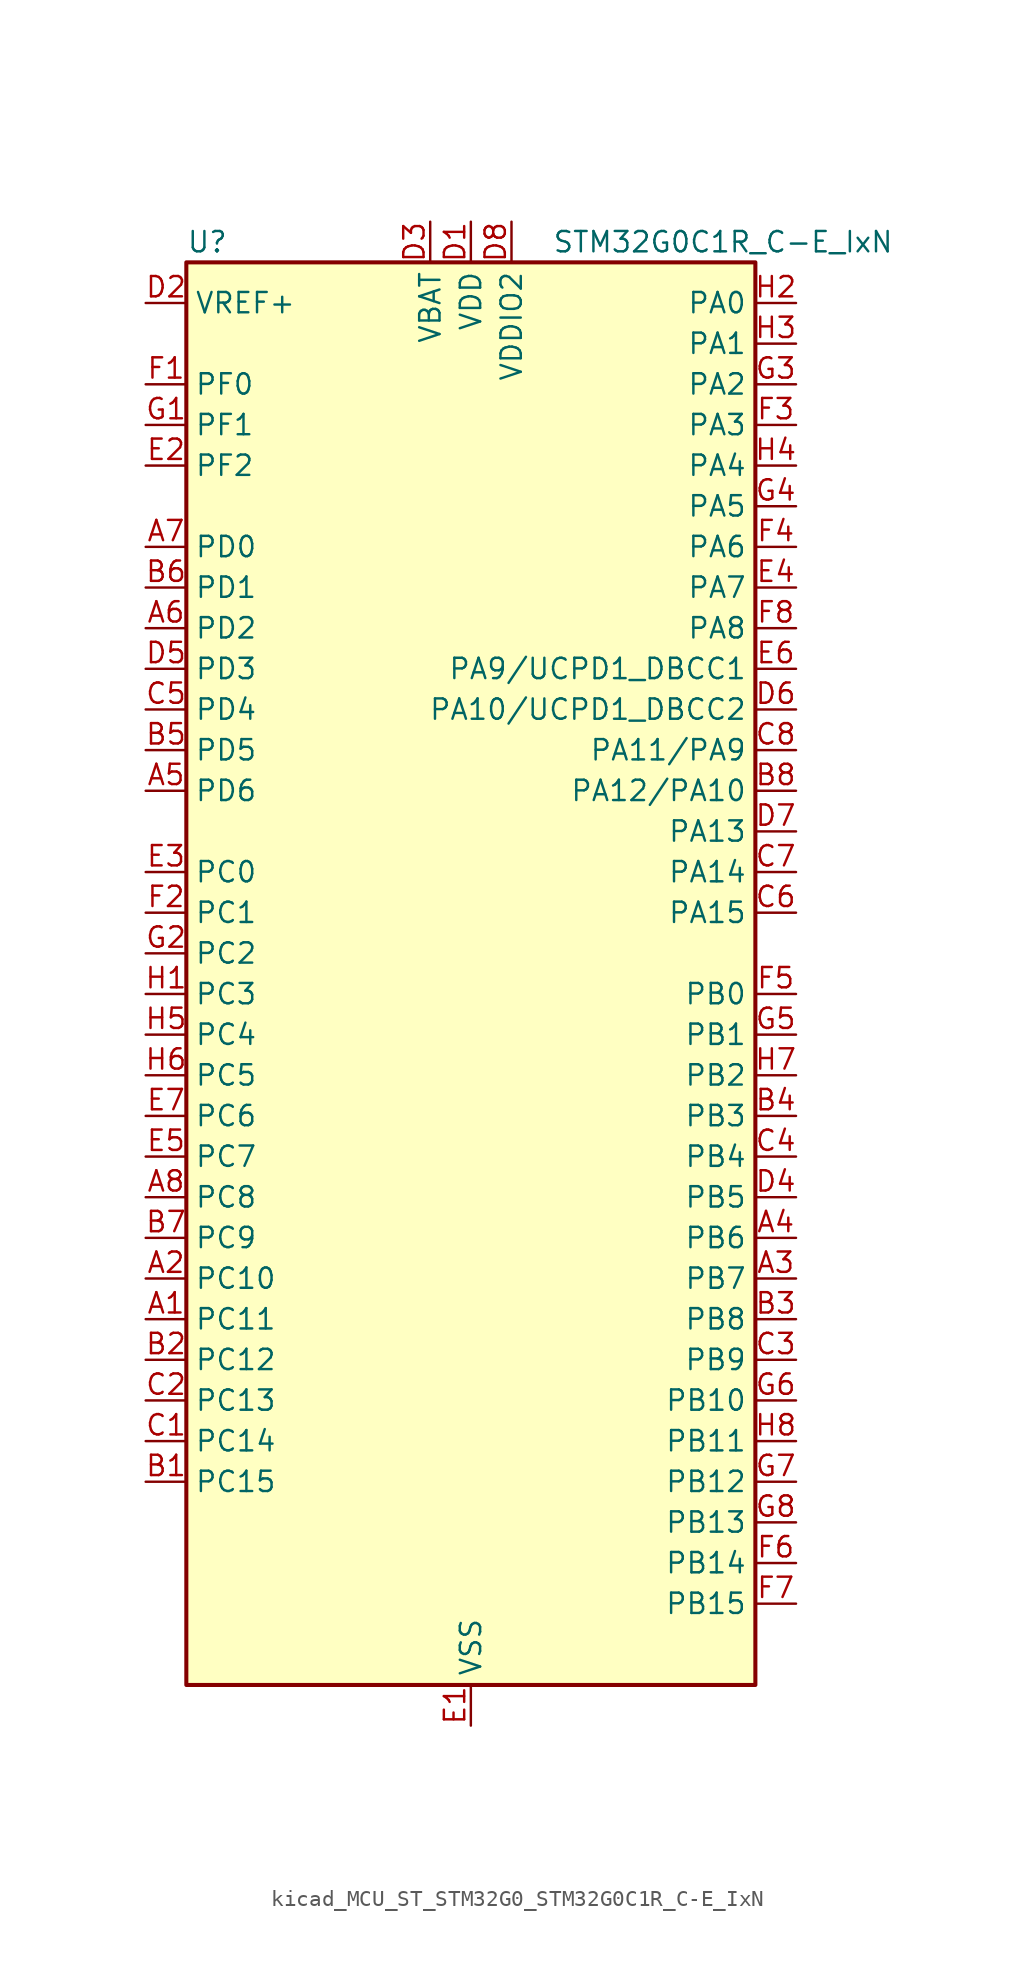
<source format=kicad_sym>
(kicad_symbol_lib
  (version 20220914)
  (generator kicad_symbol_editor)
  (symbol "kicad_MCU_ST_STM32G0_STM32G0C1R_C-E_IxN"
    (property "Reference" "U"
      (at -17.78 46.99 0)
      (effects (font (size 1.27 1.27)) (justify left)))
    (property "Value" "STM32G0C1R_C-E_IxN"
      (at 5.08 46.99 0)
      (effects (font (size 1.27 1.27)) (justify left)))
    (property "ki_locked" ""
      (at 0 0 0)
      (effects (font (size 1.27 1.27))))
    (symbol "kicad_MCU_ST_STM32G0_STM32G0C1R_C-E_IxN_0_1"
      (rectangle (start -17.78 -43.18) (end 17.78 45.72) (stroke (width 0.254) (type default)) (fill (type background))))
    (symbol "kicad_MCU_ST_STM32G0_STM32G0C1R_C-E_IxN_1_1"
      (pin bidirectional line (at -20.32 -20.32 0) (length 2.54) (name "PC11" (effects (font (size 1.27 1.27)))) (number "A1" (effects (font (size 1.27 1.27)))) (alternate "ADC1_EXTI11" bidirectional line) (alternate "SPI3_MISO" bidirectional line) (alternate "TIM1_CH4" bidirectional line) (alternate "USART3_RX" bidirectional line) (alternate "USART4_RX" bidirectional line))
      (pin bidirectional line (at -20.32 -17.78 0) (length 2.54) (name "PC10" (effects (font (size 1.27 1.27)))) (number "A2" (effects (font (size 1.27 1.27)))) (alternate "SPI3_SCK" bidirectional line) (alternate "TIM1_CH3" bidirectional line) (alternate "USART3_TX" bidirectional line) (alternate "USART4_TX" bidirectional line))
      (pin bidirectional line (at 20.32 -17.78 180) (length 2.54) (name "PB7" (effects (font (size 1.27 1.27)))) (number "A3" (effects (font (size 1.27 1.27)))) (alternate "COMP2_INM" bidirectional line) (alternate "I2C1_SDA" bidirectional line) (alternate "I2S2_SD" bidirectional line) (alternate "LPTIM1_IN2" bidirectional line) (alternate "LPUART2_RX" bidirectional line) (alternate "SPI2_MOSI" bidirectional line) (alternate "SYS_PVD_IN" bidirectional line) (alternate "TIM17_CH1N" bidirectional line) (alternate "TIM4_CH2" bidirectional line) (alternate "USART1_RX" bidirectional line) (alternate "USART4_CTS" bidirectional line) (alternate "USART4_NSS" bidirectional line))
      (pin bidirectional line (at 20.32 -15.24 180) (length 2.54) (name "PB6" (effects (font (size 1.27 1.27)))) (number "A4" (effects (font (size 1.27 1.27)))) (alternate "COMP2_INP" bidirectional line) (alternate "FDCAN2_TX" bidirectional line) (alternate "I2C1_SCL" bidirectional line) (alternate "I2S2_MCK" bidirectional line) (alternate "LPTIM1_ETR" bidirectional line) (alternate "LPUART2_TX" bidirectional line) (alternate "SPI2_MISO" bidirectional line) (alternate "TIM16_CH1N" bidirectional line) (alternate "TIM1_CH3" bidirectional line) (alternate "TIM4_CH1" bidirectional line) (alternate "USART1_TX" bidirectional line) (alternate "USART5_CTS" bidirectional line) (alternate "USART5_NSS" bidirectional line))
      (pin bidirectional line (at -20.32 12.7 0) (length 2.54) (name "PD6" (effects (font (size 1.27 1.27)))) (number "A5" (effects (font (size 1.27 1.27)))) (alternate "I2S1_SD" bidirectional line) (alternate "LPTIM2_OUT" bidirectional line) (alternate "SPI1_MOSI" bidirectional line) (alternate "USART2_RX" bidirectional line))
      (pin bidirectional line (at -20.32 22.86 0) (length 2.54) (name "PD2" (effects (font (size 1.27 1.27)))) (number "A6" (effects (font (size 1.27 1.27)))) (alternate "TIM1_CH1N" bidirectional line) (alternate "TIM3_ETR" bidirectional line) (alternate "UCPD2_CC2" bidirectional line) (alternate "USART3_CK" bidirectional line) (alternate "USART3_DE" bidirectional line) (alternate "USART3_RTS" bidirectional line) (alternate "USART5_RX" bidirectional line))
      (pin bidirectional line (at -20.32 27.94 0) (length 2.54) (name "PD0" (effects (font (size 1.27 1.27)))) (number "A7" (effects (font (size 1.27 1.27)))) (alternate "FDCAN1_RX" bidirectional line) (alternate "I2S2_WS" bidirectional line) (alternate "SPI2_NSS" bidirectional line) (alternate "TIM16_CH1" bidirectional line) (alternate "UCPD2_CC1" bidirectional line))
      (pin bidirectional line (at -20.32 -12.7 0) (length 2.54) (name "PC8" (effects (font (size 1.27 1.27)))) (number "A8" (effects (font (size 1.27 1.27)))) (alternate "LPUART2_CTS" bidirectional line) (alternate "TIM1_CH1" bidirectional line) (alternate "TIM3_CH3" bidirectional line) (alternate "UCPD2_FRSTX1" bidirectional line) (alternate "UCPD2_FRSTX2" bidirectional line))
      (pin bidirectional line (at -20.32 -30.48 0) (length 2.54) (name "PC15" (effects (font (size 1.27 1.27)))) (number "B1" (effects (font (size 1.27 1.27)))) (alternate "RCC_OSC32_EN" bidirectional line) (alternate "RCC_OSC32_OUT" bidirectional line) (alternate "RCC_OSC_EN" bidirectional line) (alternate "TIM15_BK" bidirectional line))
      (pin bidirectional line (at -20.32 -22.86 0) (length 2.54) (name "PC12" (effects (font (size 1.27 1.27)))) (number "B2" (effects (font (size 1.27 1.27)))) (alternate "LPTIM1_IN1" bidirectional line) (alternate "SPI3_MOSI" bidirectional line) (alternate "TIM14_CH1" bidirectional line) (alternate "UCPD1_FRSTX1" bidirectional line) (alternate "UCPD1_FRSTX2" bidirectional line) (alternate "USART5_TX" bidirectional line))
      (pin bidirectional line (at 20.32 -20.32 180) (length 2.54) (name "PB8" (effects (font (size 1.27 1.27)))) (number "B3" (effects (font (size 1.27 1.27)))) (alternate "CEC" bidirectional line) (alternate "FDCAN1_RX" bidirectional line) (alternate "I2C1_SCL" bidirectional line) (alternate "I2S2_CK" bidirectional line) (alternate "SPI2_SCK" bidirectional line) (alternate "TIM15_BK" bidirectional line) (alternate "TIM16_CH1" bidirectional line) (alternate "TIM4_CH3" bidirectional line) (alternate "USART3_TX" bidirectional line) (alternate "USART6_TX" bidirectional line))
      (pin bidirectional line (at 20.32 -7.62 180) (length 2.54) (name "PB3" (effects (font (size 1.27 1.27)))) (number "B4" (effects (font (size 1.27 1.27)))) (alternate "COMP2_INM" bidirectional line) (alternate "I2C2_SCL" bidirectional line) (alternate "I2C3_SCL" bidirectional line) (alternate "I2S1_CK" bidirectional line) (alternate "SPI1_SCK" bidirectional line) (alternate "SPI3_SCK" bidirectional line) (alternate "TIM1_CH2" bidirectional line) (alternate "TIM2_CH2" bidirectional line) (alternate "USART1_CK" bidirectional line) (alternate "USART1_DE" bidirectional line) (alternate "USART1_RTS" bidirectional line) (alternate "USART5_TX" bidirectional line))
      (pin bidirectional line (at -20.32 15.24 0) (length 2.54) (name "PD5" (effects (font (size 1.27 1.27)))) (number "B5" (effects (font (size 1.27 1.27)))) (alternate "I2S1_MCK" bidirectional line) (alternate "SPI1_MISO" bidirectional line) (alternate "TIM1_BK" bidirectional line) (alternate "USART2_TX" bidirectional line) (alternate "USART5_CTS" bidirectional line) (alternate "USART5_NSS" bidirectional line))
      (pin bidirectional line (at -20.32 25.4 0) (length 2.54) (name "PD1" (effects (font (size 1.27 1.27)))) (number "B6" (effects (font (size 1.27 1.27)))) (alternate "FDCAN1_TX" bidirectional line) (alternate "I2S2_CK" bidirectional line) (alternate "SPI2_SCK" bidirectional line) (alternate "TIM17_CH1" bidirectional line) (alternate "UCPD2_DBCC1" bidirectional line))
      (pin bidirectional line (at -20.32 -15.24 0) (length 2.54) (name "PC9" (effects (font (size 1.27 1.27)))) (number "B7" (effects (font (size 1.27 1.27)))) (alternate "DAC1_EXTI9" bidirectional line) (alternate "I2S_CKIN" bidirectional line) (alternate "LPUART2_DE" bidirectional line) (alternate "LPUART2_RTS" bidirectional line) (alternate "TIM1_CH2" bidirectional line) (alternate "TIM3_CH4" bidirectional line) (alternate "USB_NOE" bidirectional line))
      (pin bidirectional line (at 20.32 12.7 180) (length 2.54) (name "PA12/PA10" (effects (font (size 1.27 1.27)))) (number "B8" (effects (font (size 1.27 1.27)))) (alternate "COMP2_OUT" bidirectional line) (alternate "FDCAN1_TX" bidirectional line) (alternate "I2C2_SDA" bidirectional line) (alternate "I2S1_SD" bidirectional line) (alternate "I2S_CKIN" bidirectional line) (alternate "SPI1_MOSI" bidirectional line) (alternate "TIM1_ETR" bidirectional line) (alternate "USART1_CK" bidirectional line) (alternate "USART1_DE" bidirectional line) (alternate "USART1_RTS" bidirectional line) (alternate "USB_DP" bidirectional line))
      (pin bidirectional line (at -20.32 -27.94 0) (length 2.54) (name "PC14" (effects (font (size 1.27 1.27)))) (number "C1" (effects (font (size 1.27 1.27)))) (alternate "RCC_OSC32_IN" bidirectional line) (alternate "TIM1_BK2" bidirectional line))
      (pin bidirectional line (at -20.32 -25.4 0) (length 2.54) (name "PC13" (effects (font (size 1.27 1.27)))) (number "C2" (effects (font (size 1.27 1.27)))) (alternate "RTC_OUT1" bidirectional line) (alternate "RTC_TAMP_IN1" bidirectional line) (alternate "RTC_TS" bidirectional line) (alternate "SYS_WKUP2" bidirectional line) (alternate "TIM1_BK" bidirectional line))
      (pin bidirectional line (at 20.32 -22.86 180) (length 2.54) (name "PB9" (effects (font (size 1.27 1.27)))) (number "C3" (effects (font (size 1.27 1.27)))) (alternate "DAC1_EXTI9" bidirectional line) (alternate "FDCAN1_TX" bidirectional line) (alternate "I2C1_SDA" bidirectional line) (alternate "I2S2_WS" bidirectional line) (alternate "IR_OUT" bidirectional line) (alternate "SPI2_NSS" bidirectional line) (alternate "TIM17_CH1" bidirectional line) (alternate "TIM4_CH4" bidirectional line) (alternate "UCPD2_FRSTX1" bidirectional line) (alternate "UCPD2_FRSTX2" bidirectional line) (alternate "USART3_RX" bidirectional line) (alternate "USART6_RX" bidirectional line))
      (pin bidirectional line (at 20.32 -10.16 180) (length 2.54) (name "PB4" (effects (font (size 1.27 1.27)))) (number "C4" (effects (font (size 1.27 1.27)))) (alternate "COMP2_INP" bidirectional line) (alternate "I2C2_SDA" bidirectional line) (alternate "I2C3_SDA" bidirectional line) (alternate "I2S1_MCK" bidirectional line) (alternate "SPI1_MISO" bidirectional line) (alternate "SPI3_MISO" bidirectional line) (alternate "TIM17_BK" bidirectional line) (alternate "TIM3_CH1" bidirectional line) (alternate "USART1_CTS" bidirectional line) (alternate "USART1_NSS" bidirectional line) (alternate "USART5_RX" bidirectional line))
      (pin bidirectional line (at -20.32 17.78 0) (length 2.54) (name "PD4" (effects (font (size 1.27 1.27)))) (number "C5" (effects (font (size 1.27 1.27)))) (alternate "I2S2_SD" bidirectional line) (alternate "SPI2_MOSI" bidirectional line) (alternate "TIM1_CH3N" bidirectional line) (alternate "USART2_CK" bidirectional line) (alternate "USART2_DE" bidirectional line) (alternate "USART2_RTS" bidirectional line) (alternate "USART5_CK" bidirectional line) (alternate "USART5_DE" bidirectional line) (alternate "USART5_RTS" bidirectional line))
      (pin bidirectional line (at 20.32 5.08 180) (length 2.54) (name "PA15" (effects (font (size 1.27 1.27)))) (number "C6" (effects (font (size 1.27 1.27)))) (alternate "I2C2_SMBA" bidirectional line) (alternate "I2S1_WS" bidirectional line) (alternate "RCC_MCO_2" bidirectional line) (alternate "SPI1_NSS" bidirectional line) (alternate "SPI3_NSS" bidirectional line) (alternate "TIM2_CH1" bidirectional line) (alternate "TIM2_ETR" bidirectional line) (alternate "USART2_RX" bidirectional line) (alternate "USART3_CK" bidirectional line) (alternate "USART3_DE" bidirectional line) (alternate "USART3_RTS" bidirectional line) (alternate "USART4_CK" bidirectional line) (alternate "USART4_DE" bidirectional line) (alternate "USART4_RTS" bidirectional line) (alternate "USB_NOE" bidirectional line))
      (pin bidirectional line (at 20.32 7.62 180) (length 2.54) (name "PA14" (effects (font (size 1.27 1.27)))) (number "C7" (effects (font (size 1.27 1.27)))) (alternate "LPUART2_TX" bidirectional line) (alternate "SYS_SWCLK" bidirectional line) (alternate "USART2_TX" bidirectional line))
      (pin bidirectional line (at 20.32 15.24 180) (length 2.54) (name "PA11/PA9" (effects (font (size 1.27 1.27)))) (number "C8" (effects (font (size 1.27 1.27)))) (alternate "ADC1_EXTI11" bidirectional line) (alternate "COMP1_OUT" bidirectional line) (alternate "FDCAN1_RX" bidirectional line) (alternate "I2C2_SCL" bidirectional line) (alternate "I2S1_MCK" bidirectional line) (alternate "SPI1_MISO" bidirectional line) (alternate "TIM1_BK2" bidirectional line) (alternate "TIM1_CH4" bidirectional line) (alternate "USART1_CTS" bidirectional line) (alternate "USART1_NSS" bidirectional line) (alternate "USB_DM" bidirectional line))
      (pin power_in line (at 0 48.26 270) (length 2.54) (name "VDD" (effects (font (size 1.27 1.27)))) (number "D1" (effects (font (size 1.27 1.27)))))
      (pin input line (at -20.32 43.18 0) (length 2.54) (name "VREF+" (effects (font (size 1.27 1.27)))) (number "D2" (effects (font (size 1.27 1.27)))) (alternate "VREFBUF_OUT" bidirectional line))
      (pin power_in line (at -2.54 48.26 270) (length 2.54) (name "VBAT" (effects (font (size 1.27 1.27)))) (number "D3" (effects (font (size 1.27 1.27)))))
      (pin bidirectional line (at 20.32 -12.7 180) (length 2.54) (name "PB5" (effects (font (size 1.27 1.27)))) (number "D4" (effects (font (size 1.27 1.27)))) (alternate "COMP2_OUT" bidirectional line) (alternate "FDCAN2_RX" bidirectional line) (alternate "I2C1_SMBA" bidirectional line) (alternate "I2S1_SD" bidirectional line) (alternate "LPTIM1_IN1" bidirectional line) (alternate "SPI1_MOSI" bidirectional line) (alternate "SPI3_MOSI" bidirectional line) (alternate "SYS_WKUP6" bidirectional line) (alternate "TIM16_BK" bidirectional line) (alternate "TIM3_CH2" bidirectional line) (alternate "USART5_CK" bidirectional line) (alternate "USART5_DE" bidirectional line) (alternate "USART5_RTS" bidirectional line))
      (pin bidirectional line (at -20.32 20.32 0) (length 2.54) (name "PD3" (effects (font (size 1.27 1.27)))) (number "D5" (effects (font (size 1.27 1.27)))) (alternate "I2S2_MCK" bidirectional line) (alternate "SPI2_MISO" bidirectional line) (alternate "TIM1_CH2N" bidirectional line) (alternate "UCPD2_DBCC2" bidirectional line) (alternate "USART2_CTS" bidirectional line) (alternate "USART2_NSS" bidirectional line) (alternate "USART5_TX" bidirectional line))
      (pin bidirectional line (at 20.32 17.78 180) (length 2.54) (name "PA10/UCPD1_DBCC2" (effects (font (size 1.27 1.27)))) (number "D6" (effects (font (size 1.27 1.27)))) (alternate "I2C1_SDA" bidirectional line) (alternate "I2C2_SDA" bidirectional line) (alternate "I2S2_SD" bidirectional line) (alternate "RCC_MCO_2" bidirectional line) (alternate "SPI2_MOSI" bidirectional line) (alternate "TIM17_BK" bidirectional line) (alternate "TIM1_CH3" bidirectional line) (alternate "UCPD1_DBCC2" bidirectional line) (alternate "USART1_RX" bidirectional line))
      (pin bidirectional line (at 20.32 10.16 180) (length 2.54) (name "PA13" (effects (font (size 1.27 1.27)))) (number "D7" (effects (font (size 1.27 1.27)))) (alternate "IR_OUT" bidirectional line) (alternate "LPUART2_RX" bidirectional line) (alternate "SYS_SWDIO" bidirectional line) (alternate "USB_NOE" bidirectional line))
      (pin power_in line (at 2.54 48.26 270) (length 2.54) (name "VDDIO2" (effects (font (size 1.27 1.27)))) (number "D8" (effects (font (size 1.27 1.27)))))
      (pin power_in line (at 0 -45.72 90) (length 2.54) (name "VSS" (effects (font (size 1.27 1.27)))) (number "E1" (effects (font (size 1.27 1.27)))))
      (pin bidirectional line (at -20.32 33.02 0) (length 2.54) (name "PF2" (effects (font (size 1.27 1.27)))) (number "E2" (effects (font (size 1.27 1.27)))) (alternate "LPUART2_DE" bidirectional line) (alternate "LPUART2_RTS" bidirectional line) (alternate "LPUART2_TX" bidirectional line) (alternate "RCC_MCO" bidirectional line))
      (pin bidirectional line (at -20.32 7.62 0) (length 2.54) (name "PC0" (effects (font (size 1.27 1.27)))) (number "E3" (effects (font (size 1.27 1.27)))) (alternate "COMP3_INM" bidirectional line) (alternate "COMP3_OUT" bidirectional line) (alternate "I2C3_SCL" bidirectional line) (alternate "LPTIM1_IN1" bidirectional line) (alternate "LPTIM2_IN1" bidirectional line) (alternate "LPUART1_RX" bidirectional line) (alternate "LPUART2_TX" bidirectional line) (alternate "USART6_TX" bidirectional line))
      (pin bidirectional line (at 20.32 25.4 180) (length 2.54) (name "PA7" (effects (font (size 1.27 1.27)))) (number "E4" (effects (font (size 1.27 1.27)))) (alternate "ADC1_IN7" bidirectional line) (alternate "COMP2_OUT" bidirectional line) (alternate "I2C2_SCL" bidirectional line) (alternate "I2C3_SCL" bidirectional line) (alternate "I2S1_SD" bidirectional line) (alternate "SPI1_MOSI" bidirectional line) (alternate "TIM14_CH1" bidirectional line) (alternate "TIM17_CH1" bidirectional line) (alternate "TIM1_CH1N" bidirectional line) (alternate "TIM3_CH2" bidirectional line) (alternate "UCPD1_FRSTX1" bidirectional line) (alternate "UCPD1_FRSTX2" bidirectional line) (alternate "USART6_CK" bidirectional line) (alternate "USART6_DE" bidirectional line) (alternate "USART6_RTS" bidirectional line))
      (pin bidirectional line (at -20.32 -10.16 0) (length 2.54) (name "PC7" (effects (font (size 1.27 1.27)))) (number "E5" (effects (font (size 1.27 1.27)))) (alternate "LPUART2_RX" bidirectional line) (alternate "TIM2_CH4" bidirectional line) (alternate "TIM3_CH2" bidirectional line) (alternate "UCPD2_FRSTX1" bidirectional line) (alternate "UCPD2_FRSTX2" bidirectional line))
      (pin bidirectional line (at 20.32 20.32 180) (length 2.54) (name "PA9/UCPD1_DBCC1" (effects (font (size 1.27 1.27)))) (number "E6" (effects (font (size 1.27 1.27)))) (alternate "DAC1_EXTI9" bidirectional line) (alternate "I2C1_SCL" bidirectional line) (alternate "I2C2_SCL" bidirectional line) (alternate "I2S2_MCK" bidirectional line) (alternate "RCC_MCO" bidirectional line) (alternate "SPI2_MISO" bidirectional line) (alternate "TIM15_BK" bidirectional line) (alternate "TIM1_CH2" bidirectional line) (alternate "UCPD1_DBCC1" bidirectional line) (alternate "USART1_TX" bidirectional line))
      (pin bidirectional line (at -20.32 -7.62 0) (length 2.54) (name "PC6" (effects (font (size 1.27 1.27)))) (number "E7" (effects (font (size 1.27 1.27)))) (alternate "LPUART2_TX" bidirectional line) (alternate "TIM2_CH3" bidirectional line) (alternate "TIM3_CH1" bidirectional line) (alternate "UCPD1_FRSTX1" bidirectional line) (alternate "UCPD1_FRSTX2" bidirectional line))
      (pin passive line (at 0 -45.72 90) (length 2.54) hide (name "VSS" (effects (font (size 1.27 1.27)))) (number "E8" (effects (font (size 1.27 1.27)))))
      (pin bidirectional line (at -20.32 38.1 0) (length 2.54) (name "PF0" (effects (font (size 1.27 1.27)))) (number "F1" (effects (font (size 1.27 1.27)))) (alternate "CRS1_SYNC" bidirectional line) (alternate "RCC_OSC_IN" bidirectional line) (alternate "TIM14_CH1" bidirectional line))
      (pin bidirectional line (at -20.32 5.08 0) (length 2.54) (name "PC1" (effects (font (size 1.27 1.27)))) (number "F2" (effects (font (size 1.27 1.27)))) (alternate "COMP3_INP" bidirectional line) (alternate "I2C3_SDA" bidirectional line) (alternate "LPTIM1_OUT" bidirectional line) (alternate "LPUART1_TX" bidirectional line) (alternate "LPUART2_RX" bidirectional line) (alternate "TIM15_CH1" bidirectional line) (alternate "USART6_RX" bidirectional line))
      (pin bidirectional line (at 20.32 35.56 180) (length 2.54) (name "PA3" (effects (font (size 1.27 1.27)))) (number "F3" (effects (font (size 1.27 1.27)))) (alternate "ADC1_IN3" bidirectional line) (alternate "COMP2_INP" bidirectional line) (alternate "I2S2_MCK" bidirectional line) (alternate "LPUART1_RX" bidirectional line) (alternate "SPI2_MISO" bidirectional line) (alternate "TIM15_CH2" bidirectional line) (alternate "TIM2_CH4" bidirectional line) (alternate "UCPD2_FRSTX1" bidirectional line) (alternate "UCPD2_FRSTX2" bidirectional line) (alternate "USART2_RX" bidirectional line))
      (pin bidirectional line (at 20.32 27.94 180) (length 2.54) (name "PA6" (effects (font (size 1.27 1.27)))) (number "F4" (effects (font (size 1.27 1.27)))) (alternate "ADC1_IN6" bidirectional line) (alternate "COMP1_OUT" bidirectional line) (alternate "I2C2_SDA" bidirectional line) (alternate "I2C3_SDA" bidirectional line) (alternate "I2S1_MCK" bidirectional line) (alternate "LPUART1_CTS" bidirectional line) (alternate "SPI1_MISO" bidirectional line) (alternate "TIM16_CH1" bidirectional line) (alternate "TIM1_BK" bidirectional line) (alternate "TIM3_CH1" bidirectional line) (alternate "USART3_CTS" bidirectional line) (alternate "USART3_NSS" bidirectional line) (alternate "USART6_CTS" bidirectional line) (alternate "USART6_NSS" bidirectional line))
      (pin bidirectional line (at 20.32 0 180) (length 2.54) (name "PB0" (effects (font (size 1.27 1.27)))) (number "F5" (effects (font (size 1.27 1.27)))) (alternate "ADC1_IN8" bidirectional line) (alternate "COMP1_OUT" bidirectional line) (alternate "COMP3_INP" bidirectional line) (alternate "FDCAN2_RX" bidirectional line) (alternate "I2S1_WS" bidirectional line) (alternate "LPTIM1_OUT" bidirectional line) (alternate "LPUART2_CTS" bidirectional line) (alternate "SPI1_NSS" bidirectional line) (alternate "TIM1_CH2N" bidirectional line) (alternate "TIM3_CH3" bidirectional line) (alternate "UCPD1_FRSTX1" bidirectional line) (alternate "UCPD1_FRSTX2" bidirectional line) (alternate "USART3_RX" bidirectional line) (alternate "USART5_TX" bidirectional line))
      (pin bidirectional line (at 20.32 -35.56 180) (length 2.54) (name "PB14" (effects (font (size 1.27 1.27)))) (number "F6" (effects (font (size 1.27 1.27)))) (alternate "I2C2_SDA" bidirectional line) (alternate "I2S2_MCK" bidirectional line) (alternate "SPI2_MISO" bidirectional line) (alternate "TIM15_CH1" bidirectional line) (alternate "TIM1_CH2N" bidirectional line) (alternate "UCPD1_FRSTX1" bidirectional line) (alternate "UCPD1_FRSTX2" bidirectional line) (alternate "USART3_CK" bidirectional line) (alternate "USART3_DE" bidirectional line) (alternate "USART3_RTS" bidirectional line) (alternate "USART6_CK" bidirectional line) (alternate "USART6_DE" bidirectional line) (alternate "USART6_RTS" bidirectional line))
      (pin bidirectional line (at 20.32 -38.1 180) (length 2.54) (name "PB15" (effects (font (size 1.27 1.27)))) (number "F7" (effects (font (size 1.27 1.27)))) (alternate "I2S2_SD" bidirectional line) (alternate "RTC_REFIN" bidirectional line) (alternate "SPI2_MOSI" bidirectional line) (alternate "TIM15_CH1N" bidirectional line) (alternate "TIM15_CH2" bidirectional line) (alternate "TIM1_CH3N" bidirectional line) (alternate "UCPD1_CC2" bidirectional line) (alternate "USART6_CTS" bidirectional line) (alternate "USART6_NSS" bidirectional line))
      (pin bidirectional line (at 20.32 22.86 180) (length 2.54) (name "PA8" (effects (font (size 1.27 1.27)))) (number "F8" (effects (font (size 1.27 1.27)))) (alternate "CRS1_SYNC" bidirectional line) (alternate "I2C2_SMBA" bidirectional line) (alternate "I2S2_WS" bidirectional line) (alternate "LPTIM2_OUT" bidirectional line) (alternate "RCC_MCO" bidirectional line) (alternate "SPI2_NSS" bidirectional line) (alternate "TIM1_CH1" bidirectional line) (alternate "UCPD1_CC1" bidirectional line))
      (pin bidirectional line (at -20.32 35.56 0) (length 2.54) (name "PF1" (effects (font (size 1.27 1.27)))) (number "G1" (effects (font (size 1.27 1.27)))) (alternate "RCC_OSC_EN" bidirectional line) (alternate "RCC_OSC_OUT" bidirectional line) (alternate "TIM15_CH1N" bidirectional line))
      (pin bidirectional line (at -20.32 2.54 0) (length 2.54) (name "PC2" (effects (font (size 1.27 1.27)))) (number "G2" (effects (font (size 1.27 1.27)))) (alternate "COMP3_OUT" bidirectional line) (alternate "FDCAN2_RX" bidirectional line) (alternate "I2S2_MCK" bidirectional line) (alternate "LPTIM1_IN2" bidirectional line) (alternate "SPI2_MISO" bidirectional line) (alternate "TIM15_CH2" bidirectional line))
      (pin bidirectional line (at 20.32 38.1 180) (length 2.54) (name "PA2" (effects (font (size 1.27 1.27)))) (number "G3" (effects (font (size 1.27 1.27)))) (alternate "ADC1_IN2" bidirectional line) (alternate "COMP2_INM" bidirectional line) (alternate "COMP2_OUT" bidirectional line) (alternate "I2S1_SD" bidirectional line) (alternate "LPUART1_TX" bidirectional line) (alternate "RCC_LSCO" bidirectional line) (alternate "SPI1_MOSI" bidirectional line) (alternate "SYS_WKUP4" bidirectional line) (alternate "TIM15_CH1" bidirectional line) (alternate "TIM2_CH3" bidirectional line) (alternate "UCPD1_FRSTX1" bidirectional line) (alternate "UCPD1_FRSTX2" bidirectional line) (alternate "USART2_TX" bidirectional line))
      (pin bidirectional line (at 20.32 30.48 180) (length 2.54) (name "PA5" (effects (font (size 1.27 1.27)))) (number "G4" (effects (font (size 1.27 1.27)))) (alternate "ADC1_IN5" bidirectional line) (alternate "CEC" bidirectional line) (alternate "DAC1_OUT2" bidirectional line) (alternate "I2S1_CK" bidirectional line) (alternate "LPTIM2_ETR" bidirectional line) (alternate "SPI1_SCK" bidirectional line) (alternate "TIM2_CH1" bidirectional line) (alternate "TIM2_ETR" bidirectional line) (alternate "UCPD1_FRSTX1" bidirectional line) (alternate "UCPD1_FRSTX2" bidirectional line) (alternate "USART3_TX" bidirectional line) (alternate "USART6_RX" bidirectional line))
      (pin bidirectional line (at 20.32 -2.54 180) (length 2.54) (name "PB1" (effects (font (size 1.27 1.27)))) (number "G5" (effects (font (size 1.27 1.27)))) (alternate "ADC1_IN9" bidirectional line) (alternate "COMP1_INM" bidirectional line) (alternate "COMP3_OUT" bidirectional line) (alternate "FDCAN2_TX" bidirectional line) (alternate "LPTIM2_IN1" bidirectional line) (alternate "LPUART1_DE" bidirectional line) (alternate "LPUART1_RTS" bidirectional line) (alternate "LPUART2_DE" bidirectional line) (alternate "LPUART2_RTS" bidirectional line) (alternate "TIM14_CH1" bidirectional line) (alternate "TIM1_CH3N" bidirectional line) (alternate "TIM3_CH4" bidirectional line) (alternate "USART3_CK" bidirectional line) (alternate "USART3_DE" bidirectional line) (alternate "USART3_RTS" bidirectional line) (alternate "USART5_RX" bidirectional line))
      (pin bidirectional line (at 20.32 -25.4 180) (length 2.54) (name "PB10" (effects (font (size 1.27 1.27)))) (number "G6" (effects (font (size 1.27 1.27)))) (alternate "ADC1_IN11" bidirectional line) (alternate "CEC" bidirectional line) (alternate "COMP1_OUT" bidirectional line) (alternate "I2C2_SCL" bidirectional line) (alternate "I2S2_CK" bidirectional line) (alternate "LPUART1_RX" bidirectional line) (alternate "SPI2_SCK" bidirectional line) (alternate "TIM2_CH3" bidirectional line) (alternate "USART3_TX" bidirectional line))
      (pin bidirectional line (at 20.32 -30.48 180) (length 2.54) (name "PB12" (effects (font (size 1.27 1.27)))) (number "G7" (effects (font (size 1.27 1.27)))) (alternate "ADC1_IN16" bidirectional line) (alternate "FDCAN2_RX" bidirectional line) (alternate "I2C2_SMBA" bidirectional line) (alternate "I2S2_WS" bidirectional line) (alternate "LPUART1_DE" bidirectional line) (alternate "LPUART1_RTS" bidirectional line) (alternate "SPI2_NSS" bidirectional line) (alternate "TIM15_BK" bidirectional line) (alternate "TIM1_BK" bidirectional line) (alternate "UCPD2_FRSTX1" bidirectional line) (alternate "UCPD2_FRSTX2" bidirectional line))
      (pin bidirectional line (at 20.32 -33.02 180) (length 2.54) (name "PB13" (effects (font (size 1.27 1.27)))) (number "G8" (effects (font (size 1.27 1.27)))) (alternate "FDCAN2_TX" bidirectional line) (alternate "I2C2_SCL" bidirectional line) (alternate "I2S2_CK" bidirectional line) (alternate "LPUART1_CTS" bidirectional line) (alternate "SPI2_SCK" bidirectional line) (alternate "TIM15_CH1N" bidirectional line) (alternate "TIM1_CH1N" bidirectional line) (alternate "USART3_CTS" bidirectional line) (alternate "USART3_NSS" bidirectional line))
      (pin bidirectional line (at -20.32 0 0) (length 2.54) (name "PC3" (effects (font (size 1.27 1.27)))) (number "H1" (effects (font (size 1.27 1.27)))) (alternate "FDCAN2_TX" bidirectional line) (alternate "I2S2_SD" bidirectional line) (alternate "LPTIM1_ETR" bidirectional line) (alternate "LPTIM2_ETR" bidirectional line) (alternate "SPI2_MOSI" bidirectional line))
      (pin bidirectional line (at 20.32 43.18 180) (length 2.54) (name "PA0" (effects (font (size 1.27 1.27)))) (number "H2" (effects (font (size 1.27 1.27)))) (alternate "ADC1_IN0" bidirectional line) (alternate "COMP1_INM" bidirectional line) (alternate "COMP1_OUT" bidirectional line) (alternate "I2S2_CK" bidirectional line) (alternate "LPTIM1_OUT" bidirectional line) (alternate "RTC_TAMP_IN2" bidirectional line) (alternate "SPI2_SCK" bidirectional line) (alternate "SYS_WKUP1" bidirectional line) (alternate "TIM2_CH1" bidirectional line) (alternate "TIM2_ETR" bidirectional line) (alternate "UCPD2_FRSTX1" bidirectional line) (alternate "UCPD2_FRSTX2" bidirectional line) (alternate "USART2_CTS" bidirectional line) (alternate "USART2_NSS" bidirectional line) (alternate "USART4_TX" bidirectional line))
      (pin bidirectional line (at 20.32 40.64 180) (length 2.54) (name "PA1" (effects (font (size 1.27 1.27)))) (number "H3" (effects (font (size 1.27 1.27)))) (alternate "ADC1_IN1" bidirectional line) (alternate "COMP1_INP" bidirectional line) (alternate "I2C1_SMBA" bidirectional line) (alternate "I2S1_CK" bidirectional line) (alternate "SPI1_SCK" bidirectional line) (alternate "TIM15_CH1N" bidirectional line) (alternate "TIM2_CH2" bidirectional line) (alternate "USART2_CK" bidirectional line) (alternate "USART2_DE" bidirectional line) (alternate "USART2_RTS" bidirectional line) (alternate "USART4_RX" bidirectional line))
      (pin bidirectional line (at 20.32 33.02 180) (length 2.54) (name "PA4" (effects (font (size 1.27 1.27)))) (number "H4" (effects (font (size 1.27 1.27)))) (alternate "ADC1_IN4" bidirectional line) (alternate "DAC1_OUT1" bidirectional line) (alternate "I2S1_WS" bidirectional line) (alternate "I2S2_SD" bidirectional line) (alternate "LPTIM2_OUT" bidirectional line) (alternate "RTC_OUT2" bidirectional line) (alternate "SPI1_NSS" bidirectional line) (alternate "SPI2_MOSI" bidirectional line) (alternate "SPI3_NSS" bidirectional line) (alternate "TIM14_CH1" bidirectional line) (alternate "UCPD2_FRSTX1" bidirectional line) (alternate "UCPD2_FRSTX2" bidirectional line) (alternate "USART6_TX" bidirectional line) (alternate "USB_NOE" bidirectional line))
      (pin bidirectional line (at -20.32 -2.54 0) (length 2.54) (name "PC4" (effects (font (size 1.27 1.27)))) (number "H5" (effects (font (size 1.27 1.27)))) (alternate "ADC1_IN17" bidirectional line) (alternate "COMP1_INM" bidirectional line) (alternate "FDCAN1_RX" bidirectional line) (alternate "TIM2_CH1" bidirectional line) (alternate "TIM2_ETR" bidirectional line) (alternate "USART1_TX" bidirectional line) (alternate "USART3_TX" bidirectional line))
      (pin bidirectional line (at -20.32 -5.08 0) (length 2.54) (name "PC5" (effects (font (size 1.27 1.27)))) (number "H6" (effects (font (size 1.27 1.27)))) (alternate "ADC1_IN18" bidirectional line) (alternate "COMP1_INP" bidirectional line) (alternate "FDCAN1_TX" bidirectional line) (alternate "SYS_WKUP5" bidirectional line) (alternate "TIM2_CH2" bidirectional line) (alternate "USART1_RX" bidirectional line) (alternate "USART3_RX" bidirectional line))
      (pin bidirectional line (at 20.32 -5.08 180) (length 2.54) (name "PB2" (effects (font (size 1.27 1.27)))) (number "H7" (effects (font (size 1.27 1.27)))) (alternate "ADC1_IN10" bidirectional line) (alternate "COMP1_INP" bidirectional line) (alternate "COMP3_INM" bidirectional line) (alternate "I2S2_MCK" bidirectional line) (alternate "LPTIM1_OUT" bidirectional line) (alternate "RCC_MCO_2" bidirectional line) (alternate "SPI2_MISO" bidirectional line) (alternate "USART3_TX" bidirectional line))
      (pin bidirectional line (at 20.32 -27.94 180) (length 2.54) (name "PB11" (effects (font (size 1.27 1.27)))) (number "H8" (effects (font (size 1.27 1.27)))) (alternate "ADC1_EXTI11" bidirectional line) (alternate "ADC1_IN15" bidirectional line) (alternate "COMP2_OUT" bidirectional line) (alternate "I2C2_SDA" bidirectional line) (alternate "I2S2_SD" bidirectional line) (alternate "LPUART1_TX" bidirectional line) (alternate "SPI2_MOSI" bidirectional line) (alternate "TIM2_CH4" bidirectional line) (alternate "USART3_RX" bidirectional line)))))
</source>
